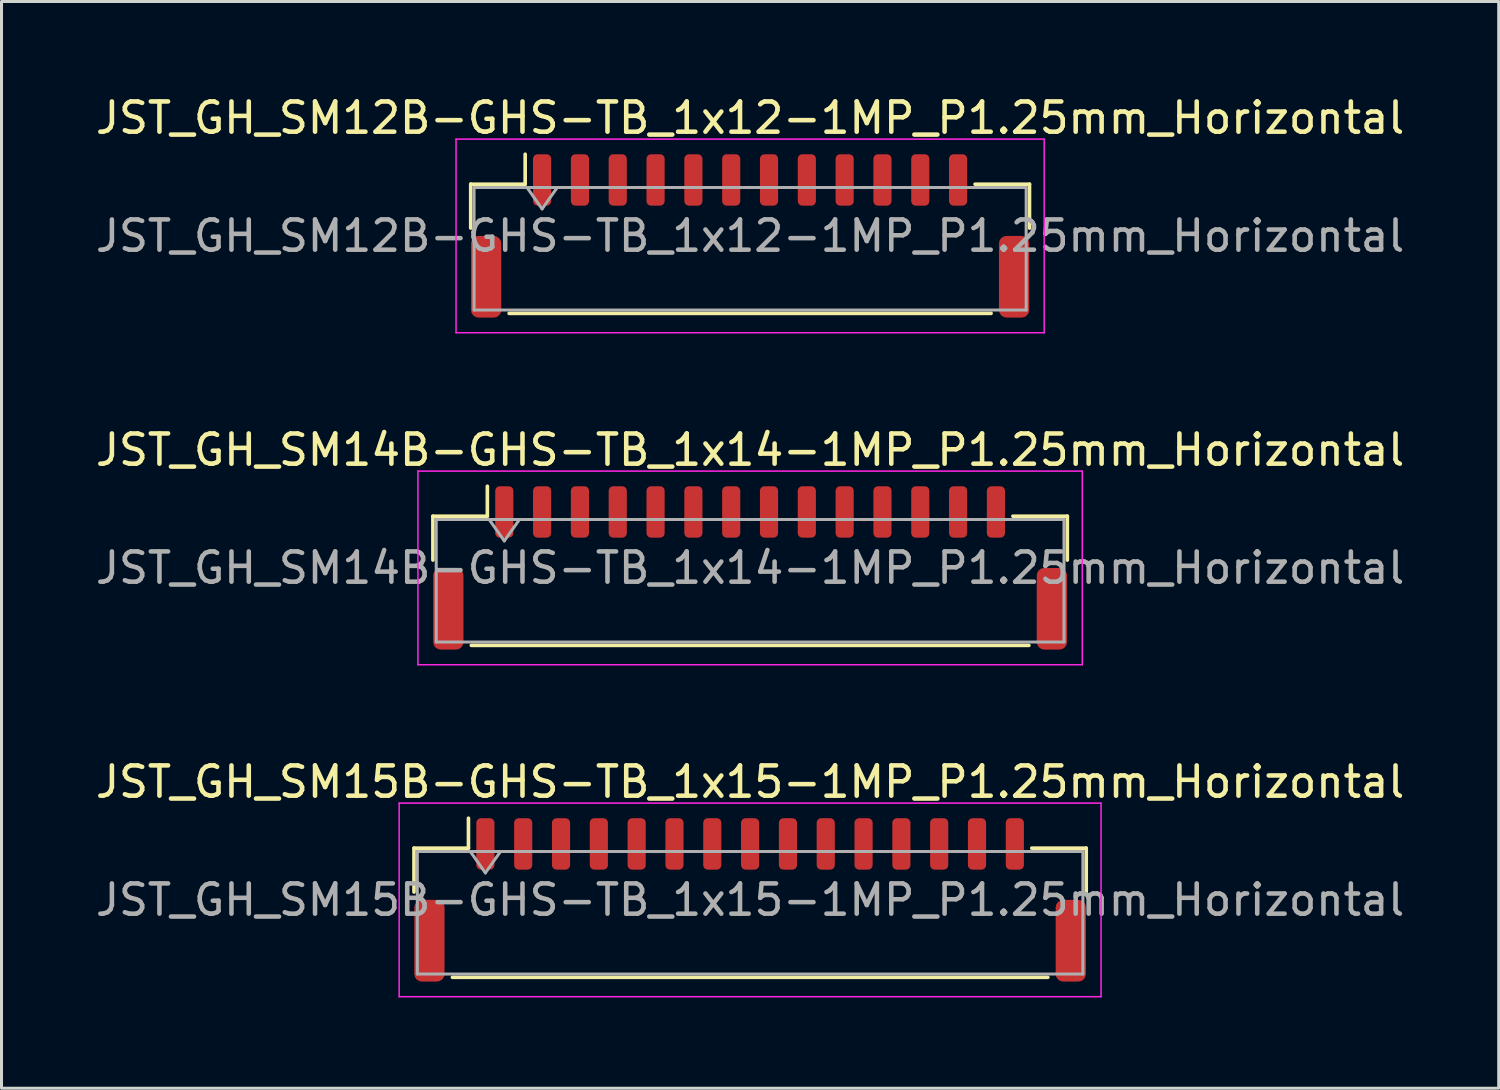
<source format=kicad_pcb>
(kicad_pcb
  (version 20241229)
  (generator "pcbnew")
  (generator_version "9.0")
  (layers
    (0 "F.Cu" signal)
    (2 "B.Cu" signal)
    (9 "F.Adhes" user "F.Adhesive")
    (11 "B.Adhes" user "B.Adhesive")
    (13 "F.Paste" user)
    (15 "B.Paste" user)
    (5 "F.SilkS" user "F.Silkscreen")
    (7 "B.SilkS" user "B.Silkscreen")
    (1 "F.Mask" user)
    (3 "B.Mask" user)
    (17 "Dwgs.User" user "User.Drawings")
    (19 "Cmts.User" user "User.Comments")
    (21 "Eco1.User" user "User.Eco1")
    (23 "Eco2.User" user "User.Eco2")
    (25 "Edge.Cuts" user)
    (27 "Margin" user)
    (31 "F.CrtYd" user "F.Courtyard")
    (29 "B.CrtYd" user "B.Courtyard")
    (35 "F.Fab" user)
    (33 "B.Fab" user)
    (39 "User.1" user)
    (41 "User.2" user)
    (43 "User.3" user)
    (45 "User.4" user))
  (footprint "JST_GH_SM14B-GHS-TB_1x14-1MP_P1.25mm_Horizontal"
    (layer "F.Cu")
    (at 21.744 15.722)
    (property "Reference" "JST_GH_SM14B-GHS-TB_1x14-1MP_P1.25mm_Horizontal" (at 0 -3.9 0) (layer "F.SilkS") (effects (font (size 1 1) (thickness 0.15))))
    (attr smd)
    (fp_line (start -10.485 -1.71) (end -8.685 -1.71) (stroke (width 0.12) (type solid)) (layer "F.SilkS"))
    (fp_line (start -10.485 -0.26) (end -10.485 -1.71) (stroke (width 0.12) (type solid)) (layer "F.SilkS"))
    (fp_line (start -9.215 2.56) (end 9.215 2.56) (stroke (width 0.12) (type solid)) (layer "F.SilkS"))
    (fp_line (start -8.685 -1.71) (end -8.685 -2.7) (stroke (width 0.12) (type solid)) (layer "F.SilkS"))
    (fp_line (start 10.485 -1.71) (end 8.685 -1.71) (stroke (width 0.12) (type solid)) (layer "F.SilkS"))
    (fp_line (start 10.485 -0.26) (end 10.485 -1.71) (stroke (width 0.12) (type solid)) (layer "F.SilkS"))
    (fp_line (start -10.98 -3.2) (end -10.98 3.2) (stroke (width 0.05) (type solid)) (layer "F.CrtYd"))
    (fp_line (start -10.98 3.2) (end 10.98 3.2) (stroke (width 0.05) (type solid)) (layer "F.CrtYd"))
    (fp_line (start 10.98 -3.2) (end -10.98 -3.2) (stroke (width 0.05) (type solid)) (layer "F.CrtYd"))
    (fp_line (start 10.98 3.2) (end 10.98 -3.2) (stroke (width 0.05) (type solid)) (layer "F.CrtYd"))
    (fp_line (start -10.375 -1.6) (end -10.375 2.45) (stroke (width 0.1) (type solid)) (layer "F.Fab"))
    (fp_line (start -10.375 -1.6) (end 10.375 -1.6) (stroke (width 0.1) (type solid)) (layer "F.Fab"))
    (fp_line (start -10.375 2.45) (end 10.375 2.45) (stroke (width 0.1) (type solid)) (layer "F.Fab"))
    (fp_line (start -8.625 -1.6) (end -8.125 -0.893) (stroke (width 0.1) (type solid)) (layer "F.Fab"))
    (fp_line (start -8.125 -0.893) (end -7.625 -1.6) (stroke (width 0.1) (type solid)) (layer "F.Fab"))
    (fp_line (start 10.375 -1.6) (end 10.375 2.45) (stroke (width 0.1) (type solid)) (layer "F.Fab"))
    (fp_text user "${REFERENCE}" (at 0 0 0) (layer "F.Fab") (effects (font (size 1 1) (thickness 0.15))))
    (pad "1" smd roundrect (at -8.125 -1.85) (size 0.6 1.7) (layers "F.Cu" "F.Mask" "F.Paste") (roundrect_rratio 0.25))
    (pad "2" smd roundrect (at -6.875 -1.85) (size 0.6 1.7) (layers "F.Cu" "F.Mask" "F.Paste") (roundrect_rratio 0.25))
    (pad "3" smd roundrect (at -5.625 -1.85) (size 0.6 1.7) (layers "F.Cu" "F.Mask" "F.Paste") (roundrect_rratio 0.25))
    (pad "4" smd roundrect (at -4.375 -1.85) (size 0.6 1.7) (layers "F.Cu" "F.Mask" "F.Paste") (roundrect_rratio 0.25))
    (pad "5" smd roundrect (at -3.125 -1.85) (size 0.6 1.7) (layers "F.Cu" "F.Mask" "F.Paste") (roundrect_rratio 0.25))
    (pad "6" smd roundrect (at -1.875 -1.85) (size 0.6 1.7) (layers "F.Cu" "F.Mask" "F.Paste") (roundrect_rratio 0.25))
    (pad "7" smd roundrect (at -0.625 -1.85) (size 0.6 1.7) (layers "F.Cu" "F.Mask" "F.Paste") (roundrect_rratio 0.25))
    (pad "8" smd roundrect (at 0.625 -1.85) (size 0.6 1.7) (layers "F.Cu" "F.Mask" "F.Paste") (roundrect_rratio 0.25))
    (pad "9" smd roundrect (at 1.875 -1.85) (size 0.6 1.7) (layers "F.Cu" "F.Mask" "F.Paste") (roundrect_rratio 0.25))
    (pad "10" smd roundrect (at 3.125 -1.85) (size 0.6 1.7) (layers "F.Cu" "F.Mask" "F.Paste") (roundrect_rratio 0.25))
    (pad "11" smd roundrect (at 4.375 -1.85) (size 0.6 1.7) (layers "F.Cu" "F.Mask" "F.Paste") (roundrect_rratio 0.25))
    (pad "12" smd roundrect (at 5.625 -1.85) (size 0.6 1.7) (layers "F.Cu" "F.Mask" "F.Paste") (roundrect_rratio 0.25))
    (pad "13" smd roundrect (at 6.875 -1.85) (size 0.6 1.7) (layers "F.Cu" "F.Mask" "F.Paste") (roundrect_rratio 0.25))
    (pad "14" smd roundrect (at 8.125 -1.85) (size 0.6 1.7) (layers "F.Cu" "F.Mask" "F.Paste") (roundrect_rratio 0.25))
    (pad "MP" smd roundrect (at -9.975 1.35) (size 1 2.7) (layers "F.Cu" "F.Mask" "F.Paste") (roundrect_rratio 0.25))
    (pad "MP" smd roundrect (at 9.975 1.35) (size 1 2.7) (layers "F.Cu" "F.Mask" "F.Paste") (roundrect_rratio 0.25)))
  (footprint "JST_GH_SM15B-GHS-TB_1x15-1MP_P1.25mm_Horizontal"
    (layer "F.Cu")
    (at 21.744 26.695)
    (property "Reference" "JST_GH_SM15B-GHS-TB_1x15-1MP_P1.25mm_Horizontal" (at 0 -3.9 0) (layer "F.SilkS") (effects (font (size 1 1) (thickness 0.15))))
    (attr smd)
    (fp_line (start -11.11 -1.71) (end -9.31 -1.71) (stroke (width 0.12) (type solid)) (layer "F.SilkS"))
    (fp_line (start -11.11 -0.26) (end -11.11 -1.71) (stroke (width 0.12) (type solid)) (layer "F.SilkS"))
    (fp_line (start -9.84 2.56) (end 9.84 2.56) (stroke (width 0.12) (type solid)) (layer "F.SilkS"))
    (fp_line (start -9.31 -1.71) (end -9.31 -2.7) (stroke (width 0.12) (type solid)) (layer "F.SilkS"))
    (fp_line (start 11.11 -1.71) (end 9.31 -1.71) (stroke (width 0.12) (type solid)) (layer "F.SilkS"))
    (fp_line (start 11.11 -0.26) (end 11.11 -1.71) (stroke (width 0.12) (type solid)) (layer "F.SilkS"))
    (fp_line (start -11.6 -3.2) (end -11.6 3.2) (stroke (width 0.05) (type solid)) (layer "F.CrtYd"))
    (fp_line (start -11.6 3.2) (end 11.6 3.2) (stroke (width 0.05) (type solid)) (layer "F.CrtYd"))
    (fp_line (start 11.6 -3.2) (end -11.6 -3.2) (stroke (width 0.05) (type solid)) (layer "F.CrtYd"))
    (fp_line (start 11.6 3.2) (end 11.6 -3.2) (stroke (width 0.05) (type solid)) (layer "F.CrtYd"))
    (fp_line (start -11 -1.6) (end -11 2.45) (stroke (width 0.1) (type solid)) (layer "F.Fab"))
    (fp_line (start -11 -1.6) (end 11 -1.6) (stroke (width 0.1) (type solid)) (layer "F.Fab"))
    (fp_line (start -11 2.45) (end 11 2.45) (stroke (width 0.1) (type solid)) (layer "F.Fab"))
    (fp_line (start -9.25 -1.6) (end -8.75 -0.893) (stroke (width 0.1) (type solid)) (layer "F.Fab"))
    (fp_line (start -8.75 -0.893) (end -8.25 -1.6) (stroke (width 0.1) (type solid)) (layer "F.Fab"))
    (fp_line (start 11 -1.6) (end 11 2.45) (stroke (width 0.1) (type solid)) (layer "F.Fab"))
    (fp_text user "${REFERENCE}" (at 0 0 0) (layer "F.Fab") (effects (font (size 1 1) (thickness 0.15))))
    (pad "1" smd roundrect (at -8.75 -1.85) (size 0.6 1.7) (layers "F.Cu" "F.Mask" "F.Paste") (roundrect_rratio 0.25))
    (pad "2" smd roundrect (at -7.5 -1.85) (size 0.6 1.7) (layers "F.Cu" "F.Mask" "F.Paste") (roundrect_rratio 0.25))
    (pad "3" smd roundrect (at -6.25 -1.85) (size 0.6 1.7) (layers "F.Cu" "F.Mask" "F.Paste") (roundrect_rratio 0.25))
    (pad "4" smd roundrect (at -5 -1.85) (size 0.6 1.7) (layers "F.Cu" "F.Mask" "F.Paste") (roundrect_rratio 0.25))
    (pad "5" smd roundrect (at -3.75 -1.85) (size 0.6 1.7) (layers "F.Cu" "F.Mask" "F.Paste") (roundrect_rratio 0.25))
    (pad "6" smd roundrect (at -2.5 -1.85) (size 0.6 1.7) (layers "F.Cu" "F.Mask" "F.Paste") (roundrect_rratio 0.25))
    (pad "7" smd roundrect (at -1.25 -1.85) (size 0.6 1.7) (layers "F.Cu" "F.Mask" "F.Paste") (roundrect_rratio 0.25))
    (pad "8" smd roundrect (at 0 -1.85) (size 0.6 1.7) (layers "F.Cu" "F.Mask" "F.Paste") (roundrect_rratio 0.25))
    (pad "9" smd roundrect (at 1.25 -1.85) (size 0.6 1.7) (layers "F.Cu" "F.Mask" "F.Paste") (roundrect_rratio 0.25))
    (pad "10" smd roundrect (at 2.5 -1.85) (size 0.6 1.7) (layers "F.Cu" "F.Mask" "F.Paste") (roundrect_rratio 0.25))
    (pad "11" smd roundrect (at 3.75 -1.85) (size 0.6 1.7) (layers "F.Cu" "F.Mask" "F.Paste") (roundrect_rratio 0.25))
    (pad "12" smd roundrect (at 5 -1.85) (size 0.6 1.7) (layers "F.Cu" "F.Mask" "F.Paste") (roundrect_rratio 0.25))
    (pad "13" smd roundrect (at 6.25 -1.85) (size 0.6 1.7) (layers "F.Cu" "F.Mask" "F.Paste") (roundrect_rratio 0.25))
    (pad "14" smd roundrect (at 7.5 -1.85) (size 0.6 1.7) (layers "F.Cu" "F.Mask" "F.Paste") (roundrect_rratio 0.25))
    (pad "15" smd roundrect (at 8.75 -1.85) (size 0.6 1.7) (layers "F.Cu" "F.Mask" "F.Paste") (roundrect_rratio 0.25))
    (pad "MP" smd roundrect (at -10.6 1.35) (size 1 2.7) (layers "F.Cu" "F.Mask" "F.Paste") (roundrect_rratio 0.25))
    (pad "MP" smd roundrect (at 10.6 1.35) (size 1 2.7) (layers "F.Cu" "F.Mask" "F.Paste") (roundrect_rratio 0.25)))
  (footprint "JST_GH_SM12B-GHS-TB_1x12-1MP_P1.25mm_Horizontal"
    (layer "F.Cu")
    (at 21.744 4.748)
    (property "Reference" "JST_GH_SM12B-GHS-TB_1x12-1MP_P1.25mm_Horizontal" (at 0 -3.9 0) (layer "F.SilkS") (effects (font (size 1 1) (thickness 0.15))))
    (attr smd)
    (fp_line (start -9.235 -1.71) (end -7.435 -1.71) (stroke (width 0.12) (type solid)) (layer "F.SilkS"))
    (fp_line (start -9.235 -0.26) (end -9.235 -1.71) (stroke (width 0.12) (type solid)) (layer "F.SilkS"))
    (fp_line (start -7.965 2.56) (end 7.965 2.56) (stroke (width 0.12) (type solid)) (layer "F.SilkS"))
    (fp_line (start -7.435 -1.71) (end -7.435 -2.7) (stroke (width 0.12) (type solid)) (layer "F.SilkS"))
    (fp_line (start 9.235 -1.71) (end 7.435 -1.71) (stroke (width 0.12) (type solid)) (layer "F.SilkS"))
    (fp_line (start 9.235 -0.26) (end 9.235 -1.71) (stroke (width 0.12) (type solid)) (layer "F.SilkS"))
    (fp_line (start -9.72 -3.2) (end -9.72 3.2) (stroke (width 0.05) (type solid)) (layer "F.CrtYd"))
    (fp_line (start -9.72 3.2) (end 9.72 3.2) (stroke (width 0.05) (type solid)) (layer "F.CrtYd"))
    (fp_line (start 9.72 -3.2) (end -9.72 -3.2) (stroke (width 0.05) (type solid)) (layer "F.CrtYd"))
    (fp_line (start 9.72 3.2) (end 9.72 -3.2) (stroke (width 0.05) (type solid)) (layer "F.CrtYd"))
    (fp_line (start -9.125 -1.6) (end -9.125 2.45) (stroke (width 0.1) (type solid)) (layer "F.Fab"))
    (fp_line (start -9.125 -1.6) (end 9.125 -1.6) (stroke (width 0.1) (type solid)) (layer "F.Fab"))
    (fp_line (start -9.125 2.45) (end 9.125 2.45) (stroke (width 0.1) (type solid)) (layer "F.Fab"))
    (fp_line (start -7.375 -1.6) (end -6.875 -0.893) (stroke (width 0.1) (type solid)) (layer "F.Fab"))
    (fp_line (start -6.875 -0.893) (end -6.375 -1.6) (stroke (width 0.1) (type solid)) (layer "F.Fab"))
    (fp_line (start 9.125 -1.6) (end 9.125 2.45) (stroke (width 0.1) (type solid)) (layer "F.Fab"))
    (fp_text user "${REFERENCE}" (at 0 0 0) (layer "F.Fab") (effects (font (size 1 1) (thickness 0.15))))
    (pad "1" smd roundrect (at -6.875 -1.85) (size 0.6 1.7) (layers "F.Cu" "F.Mask" "F.Paste") (roundrect_rratio 0.25))
    (pad "2" smd roundrect (at -5.625 -1.85) (size 0.6 1.7) (layers "F.Cu" "F.Mask" "F.Paste") (roundrect_rratio 0.25))
    (pad "3" smd roundrect (at -4.375 -1.85) (size 0.6 1.7) (layers "F.Cu" "F.Mask" "F.Paste") (roundrect_rratio 0.25))
    (pad "4" smd roundrect (at -3.125 -1.85) (size 0.6 1.7) (layers "F.Cu" "F.Mask" "F.Paste") (roundrect_rratio 0.25))
    (pad "5" smd roundrect (at -1.875 -1.85) (size 0.6 1.7) (layers "F.Cu" "F.Mask" "F.Paste") (roundrect_rratio 0.25))
    (pad "6" smd roundrect (at -0.625 -1.85) (size 0.6 1.7) (layers "F.Cu" "F.Mask" "F.Paste") (roundrect_rratio 0.25))
    (pad "7" smd roundrect (at 0.625 -1.85) (size 0.6 1.7) (layers "F.Cu" "F.Mask" "F.Paste") (roundrect_rratio 0.25))
    (pad "8" smd roundrect (at 1.875 -1.85) (size 0.6 1.7) (layers "F.Cu" "F.Mask" "F.Paste") (roundrect_rratio 0.25))
    (pad "9" smd roundrect (at 3.125 -1.85) (size 0.6 1.7) (layers "F.Cu" "F.Mask" "F.Paste") (roundrect_rratio 0.25))
    (pad "10" smd roundrect (at 4.375 -1.85) (size 0.6 1.7) (layers "F.Cu" "F.Mask" "F.Paste") (roundrect_rratio 0.25))
    (pad "11" smd roundrect (at 5.625 -1.85) (size 0.6 1.7) (layers "F.Cu" "F.Mask" "F.Paste") (roundrect_rratio 0.25))
    (pad "12" smd roundrect (at 6.875 -1.85) (size 0.6 1.7) (layers "F.Cu" "F.Mask" "F.Paste") (roundrect_rratio 0.25))
    (pad "MP" smd roundrect (at -8.725 1.35) (size 1 2.7) (layers "F.Cu" "F.Mask" "F.Paste") (roundrect_rratio 0.25))
    (pad "MP" smd roundrect (at 8.725 1.35) (size 1 2.7) (layers "F.Cu" "F.Mask" "F.Paste") (roundrect_rratio 0.25)))
  (gr_rect
    (start -3 -3)
    (end 46.488 32.92)
    (stroke (width 0.1) (type default))
    (fill no)
    (layer "Edge.Cuts")))
</source>
